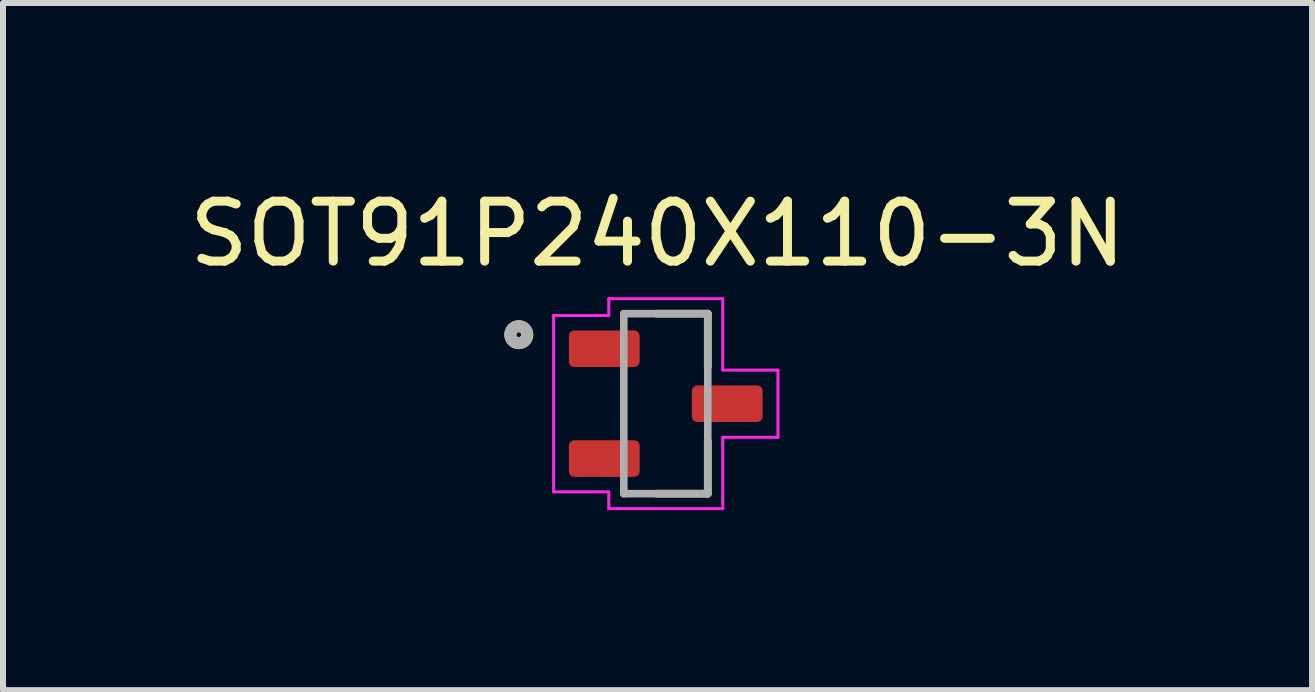
<source format=kicad_pcb>
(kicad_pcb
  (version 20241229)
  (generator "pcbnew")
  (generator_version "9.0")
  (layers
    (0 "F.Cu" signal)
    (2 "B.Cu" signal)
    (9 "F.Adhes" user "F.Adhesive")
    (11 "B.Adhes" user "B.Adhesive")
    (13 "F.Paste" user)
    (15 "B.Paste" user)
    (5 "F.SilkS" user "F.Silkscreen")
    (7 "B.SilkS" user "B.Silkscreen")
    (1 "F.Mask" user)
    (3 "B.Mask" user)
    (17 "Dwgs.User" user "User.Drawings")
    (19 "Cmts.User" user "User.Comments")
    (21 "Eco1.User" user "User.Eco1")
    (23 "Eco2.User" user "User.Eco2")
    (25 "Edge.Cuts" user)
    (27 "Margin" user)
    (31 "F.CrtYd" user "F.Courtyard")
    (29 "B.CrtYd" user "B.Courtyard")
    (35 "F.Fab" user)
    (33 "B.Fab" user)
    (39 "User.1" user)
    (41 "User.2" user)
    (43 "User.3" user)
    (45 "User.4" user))
  (footprint "SOT91P240X110-3N"
    (layer "F.Cu")
    (at 8.048 3.679)
    (property "Reference" "SOT91P240X110-3N" (at -0.138 -2.831 0) (layer "F.SilkS") (effects (font (size 1 1) (thickness 0.15))))
    (attr smd)
    (fp_line (start -0.152 1.5) (end 0.7 1.5) (stroke (width 0.127) (type solid)) (layer "F.SilkS"))
    (fp_line (start 0.7 -1.5) (end -0.152 -1.5) (stroke (width 0.127) (type solid)) (layer "F.SilkS"))
    (fp_line (start 0.7 -0.62) (end 0.7 -1.5) (stroke (width 0.127) (type solid)) (layer "F.SilkS"))
    (fp_line (start 0.7 1.5) (end 0.7 0.62) (stroke (width 0.127) (type solid)) (layer "F.SilkS"))
    (fp_circle (center -2.45 -1.15) (end -2.309 -1.15) (stroke (width 0.2) (type solid)) (fill no) (layer "F.SilkS"))
    (fp_line (start -1.87 -1.47) (end -0.95 -1.47) (stroke (width 0.05) (type solid)) (layer "F.CrtYd"))
    (fp_line (start -1.87 1.47) (end -1.87 -1.47) (stroke (width 0.05) (type solid)) (layer "F.CrtYd"))
    (fp_line (start -0.95 -1.75) (end 0.95 -1.75) (stroke (width 0.05) (type solid)) (layer "F.CrtYd"))
    (fp_line (start -0.95 -1.47) (end -0.95 -1.75) (stroke (width 0.05) (type solid)) (layer "F.CrtYd"))
    (fp_line (start -0.95 1.47) (end -1.87 1.47) (stroke (width 0.05) (type solid)) (layer "F.CrtYd"))
    (fp_line (start -0.95 1.75) (end -0.95 1.47) (stroke (width 0.05) (type solid)) (layer "F.CrtYd"))
    (fp_line (start 0.95 -1.75) (end 0.95 -0.56) (stroke (width 0.05) (type solid)) (layer "F.CrtYd"))
    (fp_line (start 0.95 -0.56) (end 1.87 -0.56) (stroke (width 0.05) (type solid)) (layer "F.CrtYd"))
    (fp_line (start 0.95 0.56) (end 0.95 1.75) (stroke (width 0.05) (type solid)) (layer "F.CrtYd"))
    (fp_line (start 0.95 1.75) (end -0.95 1.75) (stroke (width 0.05) (type solid)) (layer "F.CrtYd"))
    (fp_line (start 1.87 -0.56) (end 1.87 0.56) (stroke (width 0.05) (type solid)) (layer "F.CrtYd"))
    (fp_line (start 1.87 0.56) (end 0.95 0.56) (stroke (width 0.05) (type solid)) (layer "F.CrtYd"))
    (fp_line (start -0.7 -1.5) (end -0.7 1.5) (stroke (width 0.127) (type solid)) (layer "F.Fab"))
    (fp_line (start -0.7 1.5) (end 0.7 1.5) (stroke (width 0.127) (type solid)) (layer "F.Fab"))
    (fp_line (start 0.7 -1.5) (end -0.7 -1.5) (stroke (width 0.127) (type solid)) (layer "F.Fab"))
    (fp_line (start 0.7 1.5) (end 0.7 -1.5) (stroke (width 0.127) (type solid)) (layer "F.Fab"))
    (fp_circle (center -2.45 -1.15) (end -2.309 -1.15) (stroke (width 0.2) (type solid)) (fill no) (layer "F.Fab"))
    (pad "1" smd roundrect (at -1.025 -0.915) (size 1.18 0.61) (layers "F.Cu" "F.Mask" "F.Paste") (roundrect_rratio 0.15))
    (pad "2" smd roundrect (at -1.025 0.915) (size 1.18 0.61) (layers "F.Cu" "F.Mask" "F.Paste") (roundrect_rratio 0.15))
    (pad "3" smd roundrect (at 1.025 0) (size 1.18 0.61) (layers "F.Cu" "F.Mask" "F.Paste") (roundrect_rratio 0.15)))
  (gr_rect
    (start -3 -3)
    (end 18.821 8.454)
    (stroke (width 0.1) (type default))
    (fill no)
    (layer "Edge.Cuts")))
</source>
